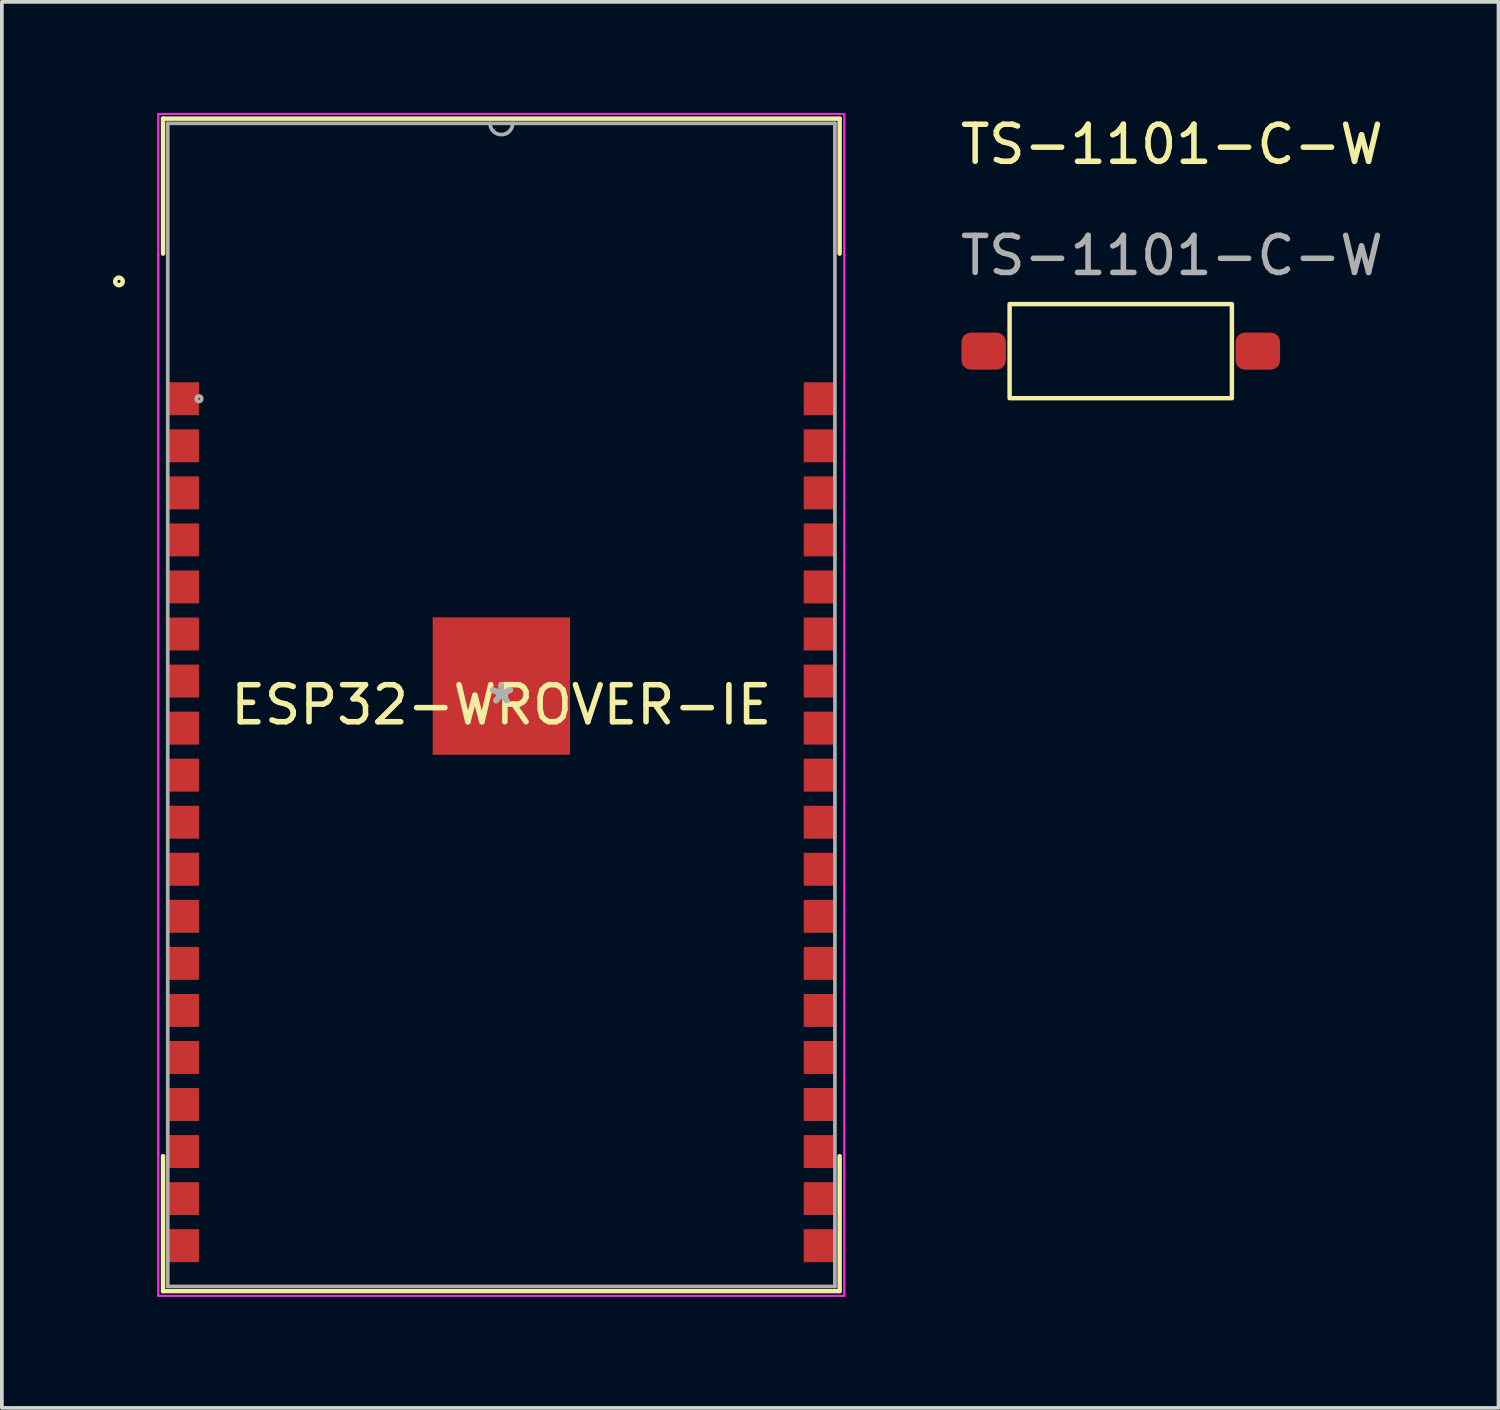
<source format=kicad_pcb>
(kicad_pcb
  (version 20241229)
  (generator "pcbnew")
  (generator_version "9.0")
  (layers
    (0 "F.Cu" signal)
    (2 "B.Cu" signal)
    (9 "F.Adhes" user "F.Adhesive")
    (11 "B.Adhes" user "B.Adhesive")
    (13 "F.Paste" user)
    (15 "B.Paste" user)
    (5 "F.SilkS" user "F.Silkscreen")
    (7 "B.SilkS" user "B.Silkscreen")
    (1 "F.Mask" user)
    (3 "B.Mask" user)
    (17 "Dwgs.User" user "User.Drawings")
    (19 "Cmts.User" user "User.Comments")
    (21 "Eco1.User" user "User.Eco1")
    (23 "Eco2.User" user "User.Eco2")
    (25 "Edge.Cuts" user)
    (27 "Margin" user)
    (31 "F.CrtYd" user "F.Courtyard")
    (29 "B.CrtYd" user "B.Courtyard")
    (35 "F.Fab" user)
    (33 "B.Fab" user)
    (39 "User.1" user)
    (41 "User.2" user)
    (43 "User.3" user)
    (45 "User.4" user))
  (footprint "TS-1101-C-W"
    (layer "F.Cu")
    (at 23.501 6.428)
    (property "Reference" "TS-1101-C-W" (at 5.08 -5.58 0) (unlocked yes) (layer "F.SilkS") (effects (font (size 1 1) (thickness 0.15))))
    (attr smd)
    (fp_rect (start 0.7 -1.27) (end 6.7 1.27) (stroke (width 0.12) (type solid)) (fill no) (layer "F.SilkS"))
    (fp_text user "${REFERENCE}" (at 5.08 -2.58 0) (unlocked yes) (layer "F.Fab") (effects (font (size 1 1) (thickness 0.15))))
    (pad "1" smd roundrect (at 0 0) (size 1.2 1) (layers "F.Cu" "F.Mask" "F.Paste") (roundrect_rratio 0.25))
    (pad "2" smd roundrect (at 7.4 0) (size 1.2 1) (layers "F.Cu" "F.Mask" "F.Paste") (roundrect_rratio 0.25)))
  (footprint "ESP32-WROVER-IE"
    (layer "F.Cu")
    (at 10.482 15.976)
    (property "Reference" "ESP32-WROVER-IE" (at 0 0 0) (layer "F.SilkS") (effects (font (size 1 1) (thickness 0.15))))
    (attr through_hole)
    (fp_line (start -9.131 -15.824) (end -9.131 -12.18) (stroke (width 0.12) (type solid)) (layer "F.SilkS"))
    (fp_line (start -9.131 12.18) (end -9.131 15.824) (stroke (width 0.12) (type solid)) (layer "F.SilkS"))
    (fp_line (start -9.131 15.824) (end 9.131 15.824) (stroke (width 0.12) (type solid)) (layer "F.SilkS"))
    (fp_line (start 9.131 -15.824) (end -9.131 -15.824) (stroke (width 0.12) (type solid)) (layer "F.SilkS"))
    (fp_line (start 9.131 -12.18) (end 9.131 -15.824) (stroke (width 0.12) (type solid)) (layer "F.SilkS"))
    (fp_line (start 9.131 15.824) (end 9.131 12.18) (stroke (width 0.12) (type solid)) (layer "F.SilkS"))
    (fp_circle (center -10.321 -11.43) (end -10.219 -11.43) (stroke (width 0.12) (type solid)) (fill no) (layer "F.SilkS"))
    (fp_line (start -9.258 -15.951) (end 9.258 -15.951) (stroke (width 0.05) (type solid)) (layer "F.CrtYd"))
    (fp_line (start -9.258 -15.951) (end 9.258 -15.951) (stroke (width 0.05) (type solid)) (layer "F.CrtYd"))
    (fp_line (start -9.258 -12.129) (end -9.258 -15.951) (stroke (width 0.05) (type solid)) (layer "F.CrtYd"))
    (fp_line (start -9.258 -12.129) (end -9.258 -15.951) (stroke (width 0.05) (type solid)) (layer "F.CrtYd"))
    (fp_line (start -9.258 -12.129) (end -9.258 -12.129) (stroke (width 0.05) (type solid)) (layer "F.CrtYd"))
    (fp_line (start -9.258 -12.129) (end -9.258 -12.129) (stroke (width 0.05) (type solid)) (layer "F.CrtYd"))
    (fp_line (start -9.258 12.129) (end -9.258 -12.129) (stroke (width 0.05) (type solid)) (layer "F.CrtYd"))
    (fp_line (start -9.258 12.129) (end -9.258 -12.129) (stroke (width 0.05) (type solid)) (layer "F.CrtYd"))
    (fp_line (start -9.258 12.129) (end -9.258 12.129) (stroke (width 0.05) (type solid)) (layer "F.CrtYd"))
    (fp_line (start -9.258 12.129) (end -9.258 12.129) (stroke (width 0.05) (type solid)) (layer "F.CrtYd"))
    (fp_line (start -9.258 15.951) (end -9.258 12.129) (stroke (width 0.05) (type solid)) (layer "F.CrtYd"))
    (fp_line (start -9.258 15.951) (end -9.258 12.129) (stroke (width 0.05) (type solid)) (layer "F.CrtYd"))
    (fp_line (start 9.258 -15.951) (end 9.258 -12.129) (stroke (width 0.05) (type solid)) (layer "F.CrtYd"))
    (fp_line (start 9.258 -15.951) (end 9.258 -12.129) (stroke (width 0.05) (type solid)) (layer "F.CrtYd"))
    (fp_line (start 9.258 -12.129) (end 9.258 -12.129) (stroke (width 0.05) (type solid)) (layer "F.CrtYd"))
    (fp_line (start 9.258 -12.129) (end 9.258 -12.129) (stroke (width 0.05) (type solid)) (layer "F.CrtYd"))
    (fp_line (start 9.258 -12.129) (end 9.258 12.129) (stroke (width 0.05) (type solid)) (layer "F.CrtYd"))
    (fp_line (start 9.258 -12.129) (end 9.258 12.129) (stroke (width 0.05) (type solid)) (layer "F.CrtYd"))
    (fp_line (start 9.258 12.129) (end 9.258 12.129) (stroke (width 0.05) (type solid)) (layer "F.CrtYd"))
    (fp_line (start 9.258 12.129) (end 9.258 12.129) (stroke (width 0.05) (type solid)) (layer "F.CrtYd"))
    (fp_line (start 9.258 12.129) (end 9.258 15.951) (stroke (width 0.05) (type solid)) (layer "F.CrtYd"))
    (fp_line (start 9.258 12.129) (end 9.258 15.951) (stroke (width 0.05) (type solid)) (layer "F.CrtYd"))
    (fp_line (start 9.258 15.951) (end -9.258 15.951) (stroke (width 0.05) (type solid)) (layer "F.CrtYd"))
    (fp_line (start 9.258 15.951) (end -9.258 15.951) (stroke (width 0.05) (type solid)) (layer "F.CrtYd"))
    (fp_line (start -9.004 -15.697) (end -9.004 15.697) (stroke (width 0.1) (type solid)) (layer "F.Fab"))
    (fp_line (start -9.004 15.697) (end 9.004 15.697) (stroke (width 0.1) (type solid)) (layer "F.Fab"))
    (fp_line (start 9.004 -15.697) (end -9.004 -15.697) (stroke (width 0.1) (type solid)) (layer "F.Fab"))
    (fp_line (start 9.004 15.697) (end 9.004 -15.697) (stroke (width 0.1) (type solid)) (layer "F.Fab"))
    (fp_arc (start 0.3048 -15.6972) (mid 0 -15.3924) (end -0.3048 -15.6972) (stroke (width 0.1) (type solid)) (layer "F.Fab"))
    (fp_circle (center -8.162 -8.263) (end -8.086 -8.263) (stroke (width 0.1) (type solid)) (fill no) (layer "F.Fab"))
    (fp_text user "*" (at 0 0 0) (layer "F.SilkS") (effects (font (size 1 1) (thickness 0.15))))
    (fp_text user "*" (at 0 0 0) (layer "F.Fab") (effects (font (size 1 1) (thickness 0.15))))
    (pad "1" smd rect (at -8.581 -8.263) (size 0.838 0.889) (layers "F.Cu" "F.Mask" "F.Paste"))
    (pad "2" smd rect (at -8.581 -6.993) (size 0.838 0.889) (layers "F.Cu" "F.Mask" "F.Paste"))
    (pad "3" smd rect (at -8.581 -5.723) (size 0.838 0.889) (layers "F.Cu" "F.Mask" "F.Paste"))
    (pad "4" smd rect (at -8.581 -4.453) (size 0.838 0.889) (layers "F.Cu" "F.Mask" "F.Paste"))
    (pad "5" smd rect (at -8.581 -3.183) (size 0.838 0.889) (layers "F.Cu" "F.Mask" "F.Paste"))
    (pad "6" smd rect (at -8.581 -1.913) (size 0.838 0.889) (layers "F.Cu" "F.Mask" "F.Paste"))
    (pad "7" smd rect (at -8.581 -0.643) (size 0.838 0.889) (layers "F.Cu" "F.Mask" "F.Paste"))
    (pad "8" smd rect (at -8.581 0.627) (size 0.838 0.889) (layers "F.Cu" "F.Mask" "F.Paste"))
    (pad "9" smd rect (at -8.581 1.897) (size 0.838 0.889) (layers "F.Cu" "F.Mask" "F.Paste"))
    (pad "10" smd rect (at -8.581 3.167) (size 0.838 0.889) (layers "F.Cu" "F.Mask" "F.Paste"))
    (pad "11" smd rect (at -8.581 4.437) (size 0.838 0.889) (layers "F.Cu" "F.Mask" "F.Paste"))
    (pad "12" smd rect (at -8.581 5.707) (size 0.838 0.889) (layers "F.Cu" "F.Mask" "F.Paste"))
    (pad "13" smd rect (at -8.581 6.977) (size 0.838 0.889) (layers "F.Cu" "F.Mask" "F.Paste"))
    (pad "14" smd rect (at -8.581 8.247) (size 0.838 0.889) (layers "F.Cu" "F.Mask" "F.Paste"))
    (pad "15" smd rect (at -8.581 9.517) (size 0.838 0.889) (layers "F.Cu" "F.Mask" "F.Paste"))
    (pad "16" smd rect (at -8.581 10.787) (size 0.838 0.889) (layers "F.Cu" "F.Mask" "F.Paste"))
    (pad "17" smd rect (at -8.581 12.057) (size 0.838 0.889) (layers "F.Cu" "F.Mask" "F.Paste"))
    (pad "18" smd rect (at -8.581 13.327) (size 0.838 0.889) (layers "F.Cu" "F.Mask" "F.Paste"))
    (pad "19" smd rect (at -8.581 14.597) (size 0.838 0.889) (layers "F.Cu" "F.Mask" "F.Paste"))
    (pad "20" smd rect (at 8.581 14.597) (size 0.838 0.889) (layers "F.Cu" "F.Mask" "F.Paste"))
    (pad "21" smd rect (at 8.581 13.327) (size 0.838 0.889) (layers "F.Cu" "F.Mask" "F.Paste"))
    (pad "22" smd rect (at 8.581 12.057) (size 0.838 0.889) (layers "F.Cu" "F.Mask" "F.Paste"))
    (pad "23" smd rect (at 8.581 10.787) (size 0.838 0.889) (layers "F.Cu" "F.Mask" "F.Paste"))
    (pad "24" smd rect (at 8.581 9.517) (size 0.838 0.889) (layers "F.Cu" "F.Mask" "F.Paste"))
    (pad "25" smd rect (at 8.581 8.247) (size 0.838 0.889) (layers "F.Cu" "F.Mask" "F.Paste"))
    (pad "26" smd rect (at 8.581 6.977) (size 0.838 0.889) (layers "F.Cu" "F.Mask" "F.Paste"))
    (pad "27" smd rect (at 8.581 5.707) (size 0.838 0.889) (layers "F.Cu" "F.Mask" "F.Paste"))
    (pad "28" smd rect (at 8.581 4.437) (size 0.838 0.889) (layers "F.Cu" "F.Mask" "F.Paste"))
    (pad "29" smd rect (at 8.581 3.167) (size 0.838 0.889) (layers "F.Cu" "F.Mask" "F.Paste"))
    (pad "30" smd rect (at 8.581 1.897) (size 0.838 0.889) (layers "F.Cu" "F.Mask" "F.Paste"))
    (pad "31" smd rect (at 8.581 0.627) (size 0.838 0.889) (layers "F.Cu" "F.Mask" "F.Paste"))
    (pad "32" smd rect (at 8.581 -0.643) (size 0.838 0.889) (layers "F.Cu" "F.Mask" "F.Paste"))
    (pad "33" smd rect (at 8.581 -1.913) (size 0.838 0.889) (layers "F.Cu" "F.Mask" "F.Paste"))
    (pad "34" smd rect (at 8.581 -3.183) (size 0.838 0.889) (layers "F.Cu" "F.Mask" "F.Paste"))
    (pad "35" smd rect (at 8.581 -4.453) (size 0.838 0.889) (layers "F.Cu" "F.Mask" "F.Paste"))
    (pad "36" smd rect (at 8.581 -5.723) (size 0.838 0.889) (layers "F.Cu" "F.Mask" "F.Paste"))
    (pad "37" smd rect (at 8.581 -6.993) (size 0.838 0.889) (layers "F.Cu" "F.Mask" "F.Paste"))
    (pad "38" smd rect (at 8.581 -8.263) (size 0.838 0.889) (layers "F.Cu" "F.Mask" "F.Paste"))
    (pad "39" smd rect (at 0 -0.508) (size 3.708 3.708) (layers "F.Cu" "F.Mask" "F.Paste")))
  (gr_rect
    (start -3 -3)
    (end 37.397 34.952)
    (stroke (width 0.1) (type default))
    (fill no)
    (layer "Edge.Cuts")))
</source>
